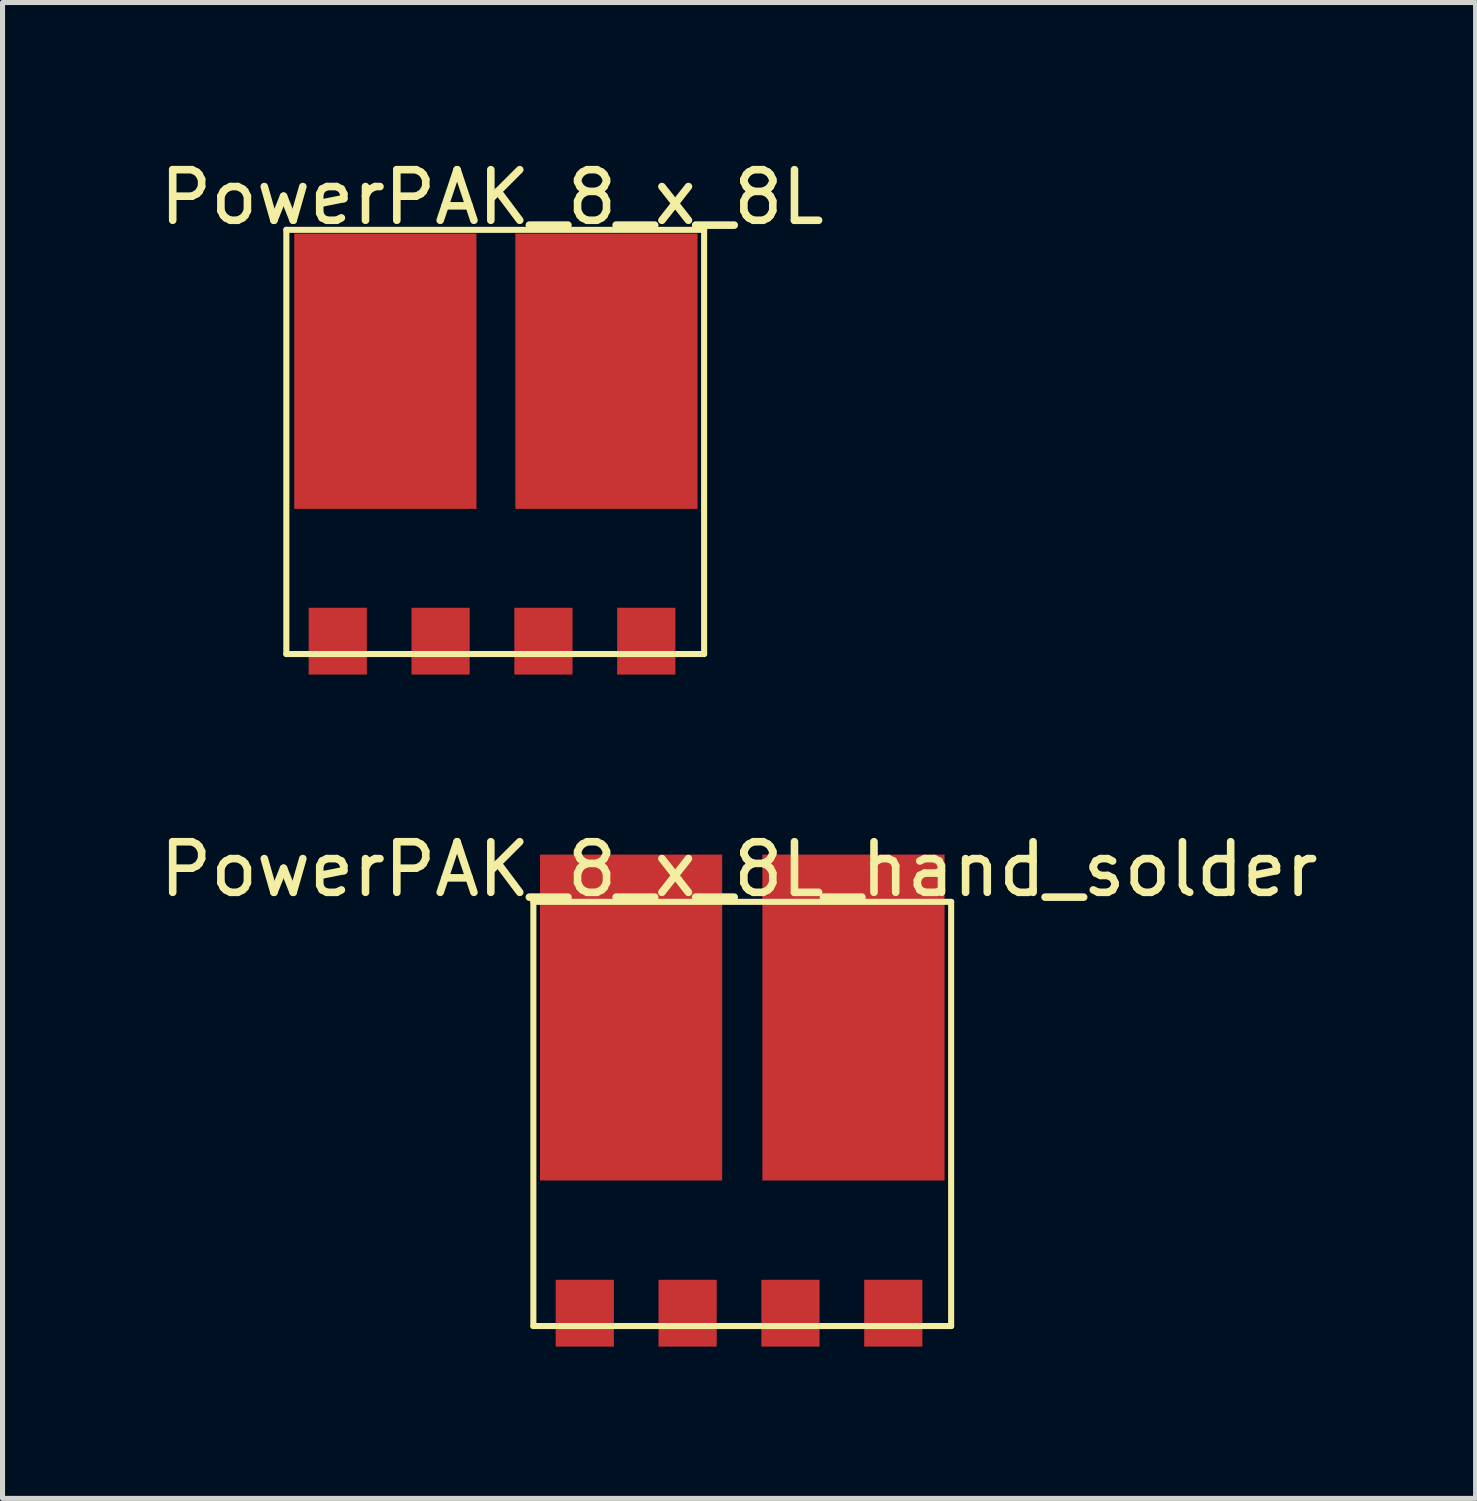
<source format=kicad_pcb>
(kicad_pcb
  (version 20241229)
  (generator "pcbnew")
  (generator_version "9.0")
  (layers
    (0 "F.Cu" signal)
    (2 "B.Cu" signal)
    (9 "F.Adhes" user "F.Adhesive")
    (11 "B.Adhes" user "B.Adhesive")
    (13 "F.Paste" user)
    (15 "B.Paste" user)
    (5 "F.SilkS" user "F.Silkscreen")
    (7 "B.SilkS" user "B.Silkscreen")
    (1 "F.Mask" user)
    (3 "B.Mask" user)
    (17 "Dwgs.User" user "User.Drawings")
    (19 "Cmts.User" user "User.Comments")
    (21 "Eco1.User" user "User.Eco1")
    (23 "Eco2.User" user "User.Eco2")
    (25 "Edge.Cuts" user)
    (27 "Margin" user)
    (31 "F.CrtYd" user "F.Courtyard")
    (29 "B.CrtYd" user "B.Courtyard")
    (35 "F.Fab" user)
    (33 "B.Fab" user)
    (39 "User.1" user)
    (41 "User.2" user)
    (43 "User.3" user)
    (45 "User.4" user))
  (footprint "PowerPAK_8_x_8L_hand_solder"
    (layer "F.Cu")
    (at 11.604 13.627)
    (property "Reference" "PowerPAK_8_x_8L_hand_solder" (at -0.051 0.5 0) (layer "F.SilkS") (effects (font (size 1 1) (thickness 0.15))))
    (attr through_hole)
    (fp_line (start -4.115 1.143) (end 4.14 1.143) (stroke (width 0.12) (type solid)) (layer "F.SilkS"))
    (fp_line (start -4.115 9.525) (end -4.115 1.143) (stroke (width 0.12) (type solid)) (layer "F.SilkS"))
    (fp_line (start 4.14 1.143) (end 4.14 9.525) (stroke (width 0.12) (type solid)) (layer "F.SilkS"))
    (fp_line (start 4.14 9.525) (end -4.115 9.525) (stroke (width 0.12) (type solid)) (layer "F.SilkS"))
    (pad "1" smd rect (at -3.099 9.271) (size 1.15 1.32) (layers "F.Cu" "F.Mask" "F.Paste"))
    (pad "2" smd rect (at -1.067 9.271) (size 1.15 1.32) (layers "F.Cu" "F.Mask" "F.Paste"))
    (pad "3" smd rect (at 0.965 9.271) (size 1.15 1.32) (layers "F.Cu" "F.Mask" "F.Paste"))
    (pad "4" smd rect (at 2.997 9.271) (size 1.15 1.32) (layers "F.Cu" "F.Mask" "F.Paste"))
    (pad "5" smd rect (at 2.21 3.429) (size 3.6 6.44) (layers "F.Cu" "F.Mask" "F.Paste"))
    (pad "6" smd rect (at -2.184 3.429) (size 3.6 6.44) (layers "F.Cu" "F.Mask" "F.Paste")))
  (footprint "PowerPAK_8_x_8L"
    (layer "F.Cu")
    (at 6.723 0.348)
    (property "Reference" "PowerPAK_8_x_8L" (at -0.051 0.5 0) (layer "F.SilkS") (effects (font (size 1 1) (thickness 0.15))))
    (attr through_hole)
    (fp_line (start -4.115 1.143) (end 4.14 1.143) (stroke (width 0.12) (type solid)) (layer "F.SilkS"))
    (fp_line (start -4.115 9.525) (end -4.115 1.143) (stroke (width 0.12) (type solid)) (layer "F.SilkS"))
    (fp_line (start 4.14 1.143) (end 4.14 9.525) (stroke (width 0.12) (type solid)) (layer "F.SilkS"))
    (fp_line (start 4.14 9.525) (end -4.115 9.525) (stroke (width 0.12) (type solid)) (layer "F.SilkS"))
    (pad "1" smd rect (at -3.099 9.271) (size 1.15 1.32) (layers "F.Cu" "F.Mask" "F.Paste"))
    (pad "2" smd rect (at -1.067 9.271) (size 1.15 1.32) (layers "F.Cu" "F.Mask" "F.Paste"))
    (pad "3" smd rect (at 0.965 9.271) (size 1.15 1.32) (layers "F.Cu" "F.Mask" "F.Paste"))
    (pad "4" smd rect (at 2.997 9.271) (size 1.15 1.32) (layers "F.Cu" "F.Mask" "F.Paste"))
    (pad "5" smd rect (at 2.21 3.937) (size 3.6 5.44) (layers "F.Cu" "F.Mask" "F.Paste"))
    (pad "6" smd rect (at -2.159 3.937) (size 3.6 5.44) (layers "F.Cu" "F.Mask" "F.Paste")))
  (gr_rect
    (start -3 -3)
    (end 26.107 26.558)
    (stroke (width 0.1) (type default))
    (fill no)
    (layer "Edge.Cuts")))
</source>
